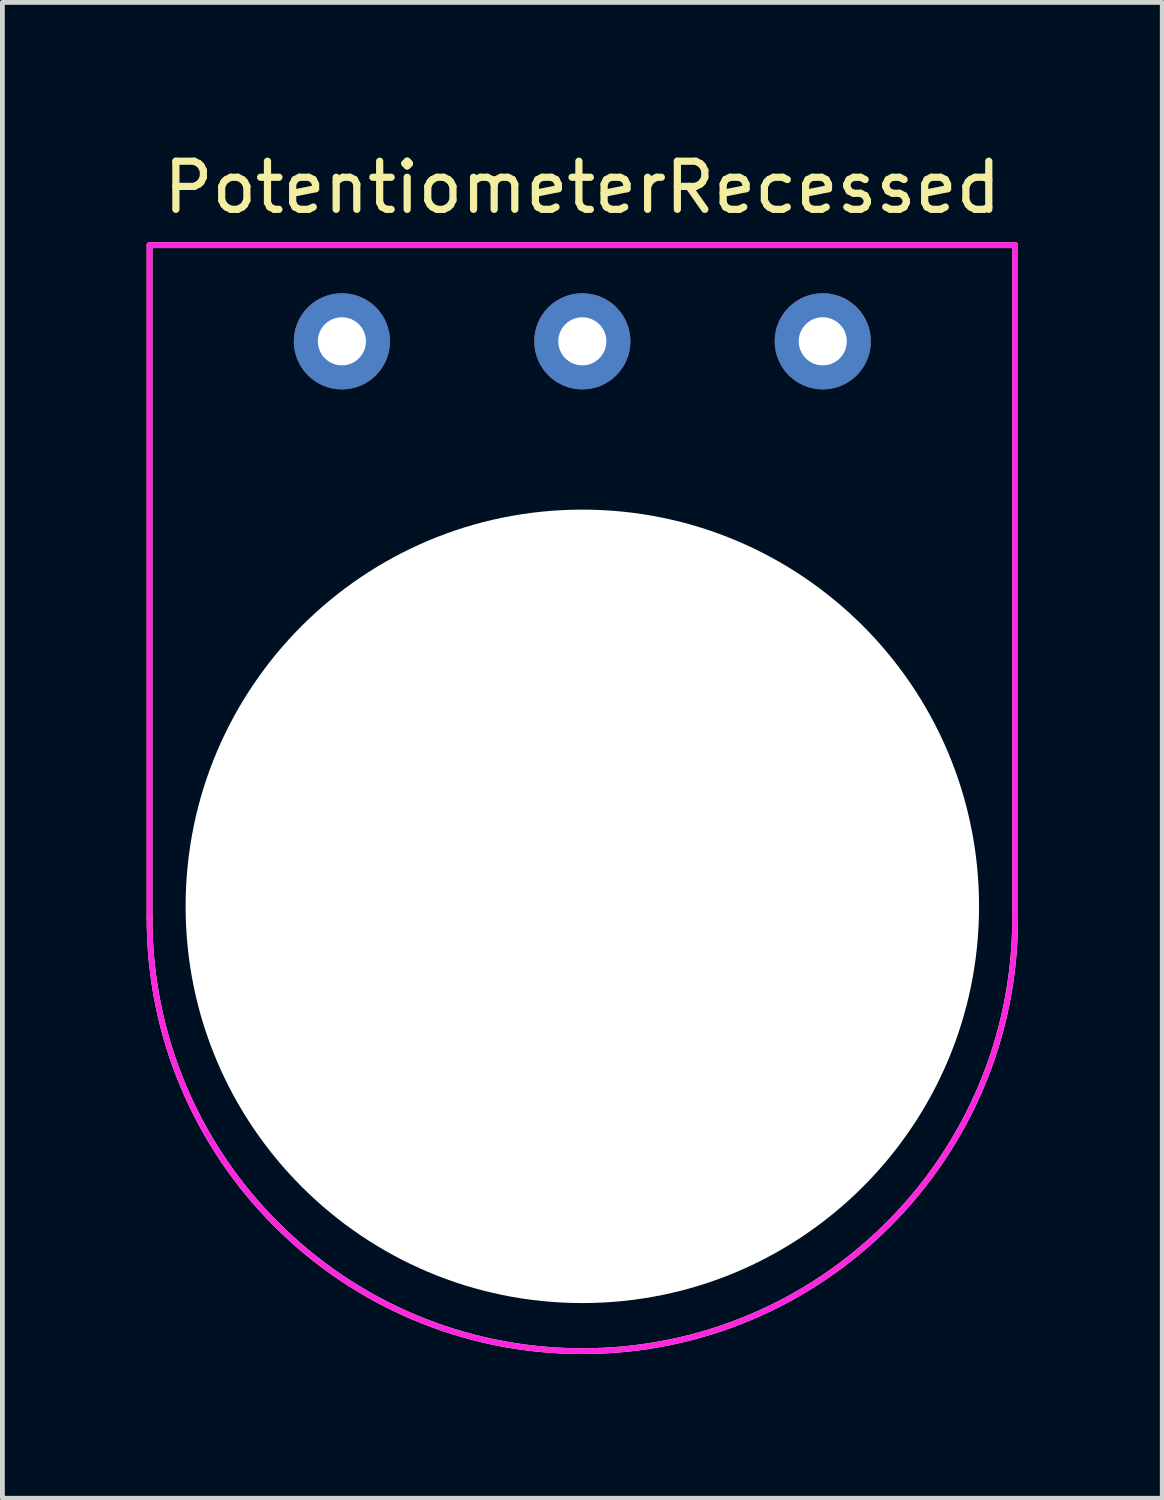
<source format=kicad_pcb>
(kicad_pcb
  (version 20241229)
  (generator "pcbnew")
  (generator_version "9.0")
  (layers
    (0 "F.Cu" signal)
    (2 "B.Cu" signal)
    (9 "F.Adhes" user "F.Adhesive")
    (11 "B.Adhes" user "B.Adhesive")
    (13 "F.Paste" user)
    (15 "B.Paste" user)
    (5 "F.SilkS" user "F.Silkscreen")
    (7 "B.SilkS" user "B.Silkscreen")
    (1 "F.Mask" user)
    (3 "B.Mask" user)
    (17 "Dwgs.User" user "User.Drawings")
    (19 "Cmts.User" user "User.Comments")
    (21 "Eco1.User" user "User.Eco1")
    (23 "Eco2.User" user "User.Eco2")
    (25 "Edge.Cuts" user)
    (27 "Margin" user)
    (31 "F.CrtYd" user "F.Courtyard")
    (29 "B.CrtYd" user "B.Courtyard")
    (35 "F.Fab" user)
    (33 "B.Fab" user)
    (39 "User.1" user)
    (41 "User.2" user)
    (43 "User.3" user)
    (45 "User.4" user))
  (footprint "PotentiometerRecessed"
    (layer "F.Cu")
    (at 9.06 4.048)
    (property "Reference" "PotentiometerRecessed" (at 0 -3.2 0) (layer "F.SilkS") (effects (font (size 1 1) (thickness 0.15))))
    (attr through_hole)
    (fp_line (start -9 -2) (end -9 12) (stroke (width 0.12) (type solid)) (layer "F.SilkS"))
    (fp_line (start -9 -2) (end 9 -2) (stroke (width 0.12) (type solid)) (layer "F.SilkS"))
    (fp_line (start 9 -2) (end 9 12) (stroke (width 0.12) (type solid)) (layer "F.SilkS"))
    (fp_arc (start 9 12) (mid 0 21) (end -9 12) (stroke (width 0.12) (type solid)) (layer "F.SilkS"))
    (fp_line (start -9 -2) (end 9 -2) (stroke (width 0.12) (type solid)) (layer "F.CrtYd"))
    (fp_line (start -9 12) (end -9 -2) (stroke (width 0.12) (type solid)) (layer "F.CrtYd"))
    (fp_line (start 9 -2) (end 9 12) (stroke (width 0.12) (type solid)) (layer "F.CrtYd"))
    (fp_arc (start 9 12) (mid 0 21) (end -9 12) (stroke (width 0.12) (type solid)) (layer "F.CrtYd"))
    (fp_line (start -9 -2) (end 9 -2) (stroke (width 0.1) (type solid)) (layer "F.Fab"))
    (fp_line (start -9 12) (end -9 -2) (stroke (width 0.1) (type solid)) (layer "F.Fab"))
    (fp_line (start 9 -2) (end 9 12) (stroke (width 0.1) (type solid)) (layer "F.Fab"))
    (fp_arc (start 9 12) (mid 0 21) (end -9 12) (stroke (width 0.1) (type solid)) (layer "F.Fab"))
    (fp_circle (center 0 12) (end 3.5 12) (stroke (width 0.1) (type solid)) (fill no) (layer "F.Fab"))
    (pad "" np_thru_hole circle (at 0 11.75) (size 16.5 16.5) (drill 16.5) (layers "*.Cu" "*.Mask"))
    (pad "1" thru_hole circle (at -5 0) (size 2 2) (drill 1) (layers "*.Cu" "*.Mask"))
    (pad "2" thru_hole circle (at 0 0) (size 2 2) (drill 1) (layers "*.Cu" "*.Mask"))
    (pad "3" thru_hole circle (at 5 0) (size 2 2) (drill 1) (layers "*.Cu" "*.Mask")))
  (gr_rect
    (start -3 -3)
    (end 21.12 28.108)
    (stroke (width 0.1) (type default))
    (fill no)
    (layer "Edge.Cuts")))
</source>
